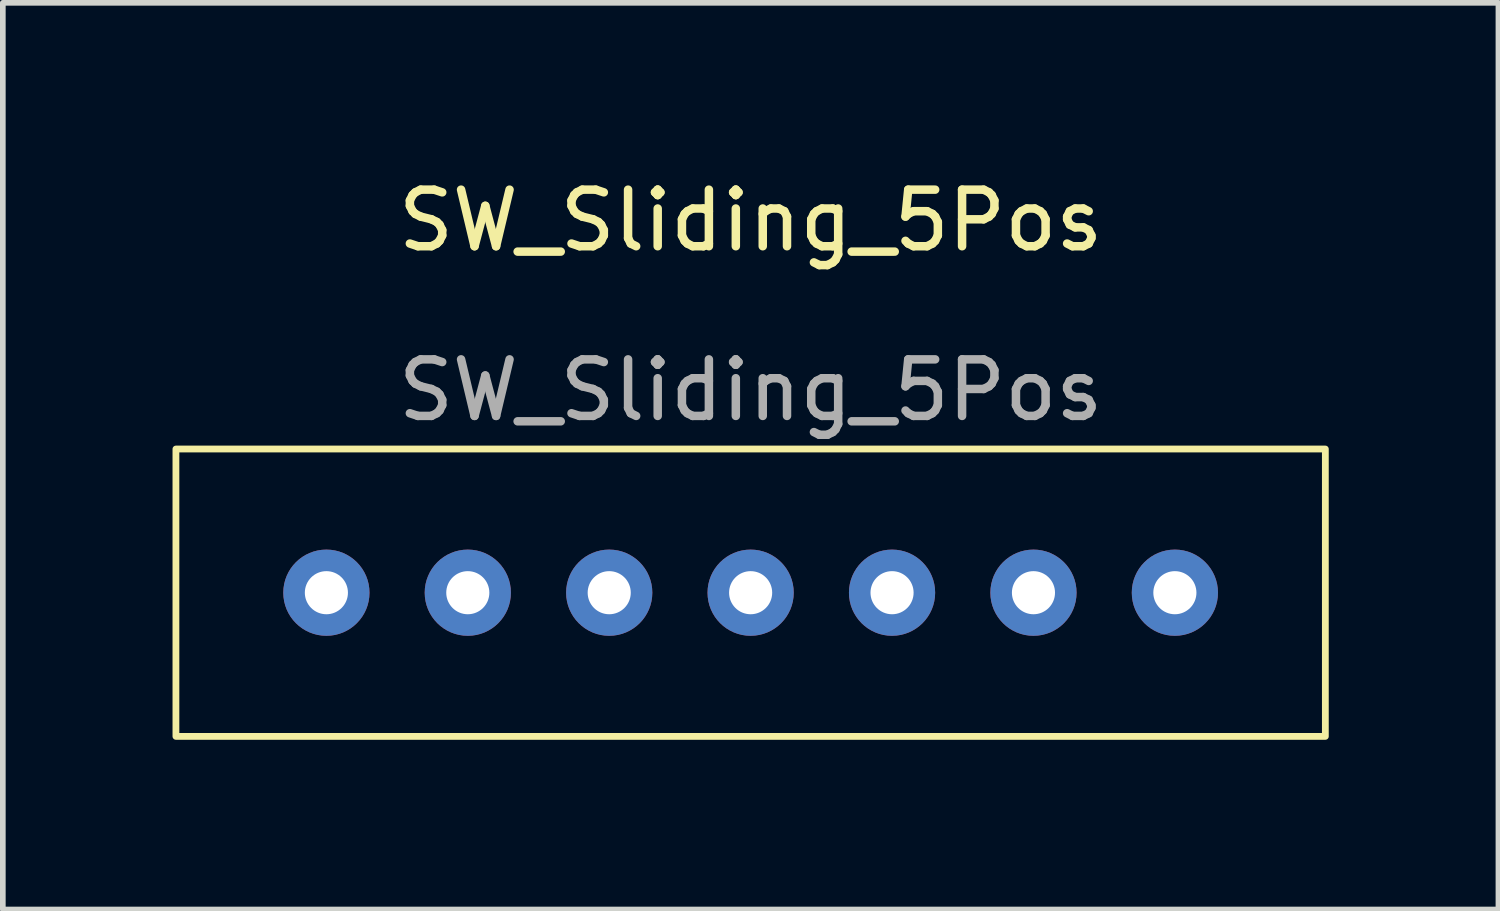
<source format=kicad_pcb>
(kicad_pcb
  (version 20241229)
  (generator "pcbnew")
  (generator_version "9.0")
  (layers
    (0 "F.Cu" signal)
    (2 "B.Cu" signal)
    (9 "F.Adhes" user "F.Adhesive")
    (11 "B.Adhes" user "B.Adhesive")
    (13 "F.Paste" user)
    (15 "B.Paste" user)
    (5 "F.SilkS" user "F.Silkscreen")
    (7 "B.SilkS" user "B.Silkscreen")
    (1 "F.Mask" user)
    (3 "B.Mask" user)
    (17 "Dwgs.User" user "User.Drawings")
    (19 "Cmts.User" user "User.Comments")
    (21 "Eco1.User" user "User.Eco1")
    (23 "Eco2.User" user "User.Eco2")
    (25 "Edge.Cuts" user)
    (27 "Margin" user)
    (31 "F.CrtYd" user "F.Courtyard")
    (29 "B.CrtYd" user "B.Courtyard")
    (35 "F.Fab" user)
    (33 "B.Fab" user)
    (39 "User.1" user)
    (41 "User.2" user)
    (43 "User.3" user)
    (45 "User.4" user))
  (footprint "SW_Sliding_5Pos"
    (layer "F.Cu")
    (at 10.22 7.428)
    (property "Reference" "SW_Sliding_5Pos" (at 0 -6.58 0) (unlocked yes) (layer "F.SilkS") (effects (font (size 1 1) (thickness 0.15))))
    (attr through_hole)
    (fp_rect (start -10.16 -2.54) (end 10.16 2.54) (stroke (width 0.12) (type solid)) (fill no) (layer "F.SilkS"))
    (fp_text user "${REFERENCE}" (at 0 -3.58 0) (unlocked yes) (layer "F.Fab") (effects (font (size 1 1) (thickness 0.15))))
    (pad "1" thru_hole circle (at -7.5 0) (size 1.524 1.524) (drill 0.762) (layers "*.Cu" "*.Mask"))
    (pad "2" thru_hole circle (at -5 0) (size 1.524 1.524) (drill 0.762) (layers "*.Cu" "*.Mask"))
    (pad "3" thru_hole circle (at -2.5 0) (size 1.524 1.524) (drill 0.762) (layers "*.Cu" "*.Mask"))
    (pad "4" thru_hole circle (at 0 0) (size 1.524 1.524) (drill 0.762) (layers "*.Cu" "*.Mask"))
    (pad "5" thru_hole circle (at 2.5 0) (size 1.524 1.524) (drill 0.762) (layers "*.Cu" "*.Mask"))
    (pad "6" thru_hole circle (at 5 0) (size 1.524 1.524) (drill 0.762) (layers "*.Cu" "*.Mask"))
    (pad "7" thru_hole circle (at 7.5 0) (size 1.524 1.524) (drill 0.762) (layers "*.Cu" "*.Mask")))
  (gr_rect
    (start -3 -3)
    (end 23.44 13.028)
    (stroke (width 0.1) (type default))
    (fill no)
    (layer "Edge.Cuts")))
</source>
